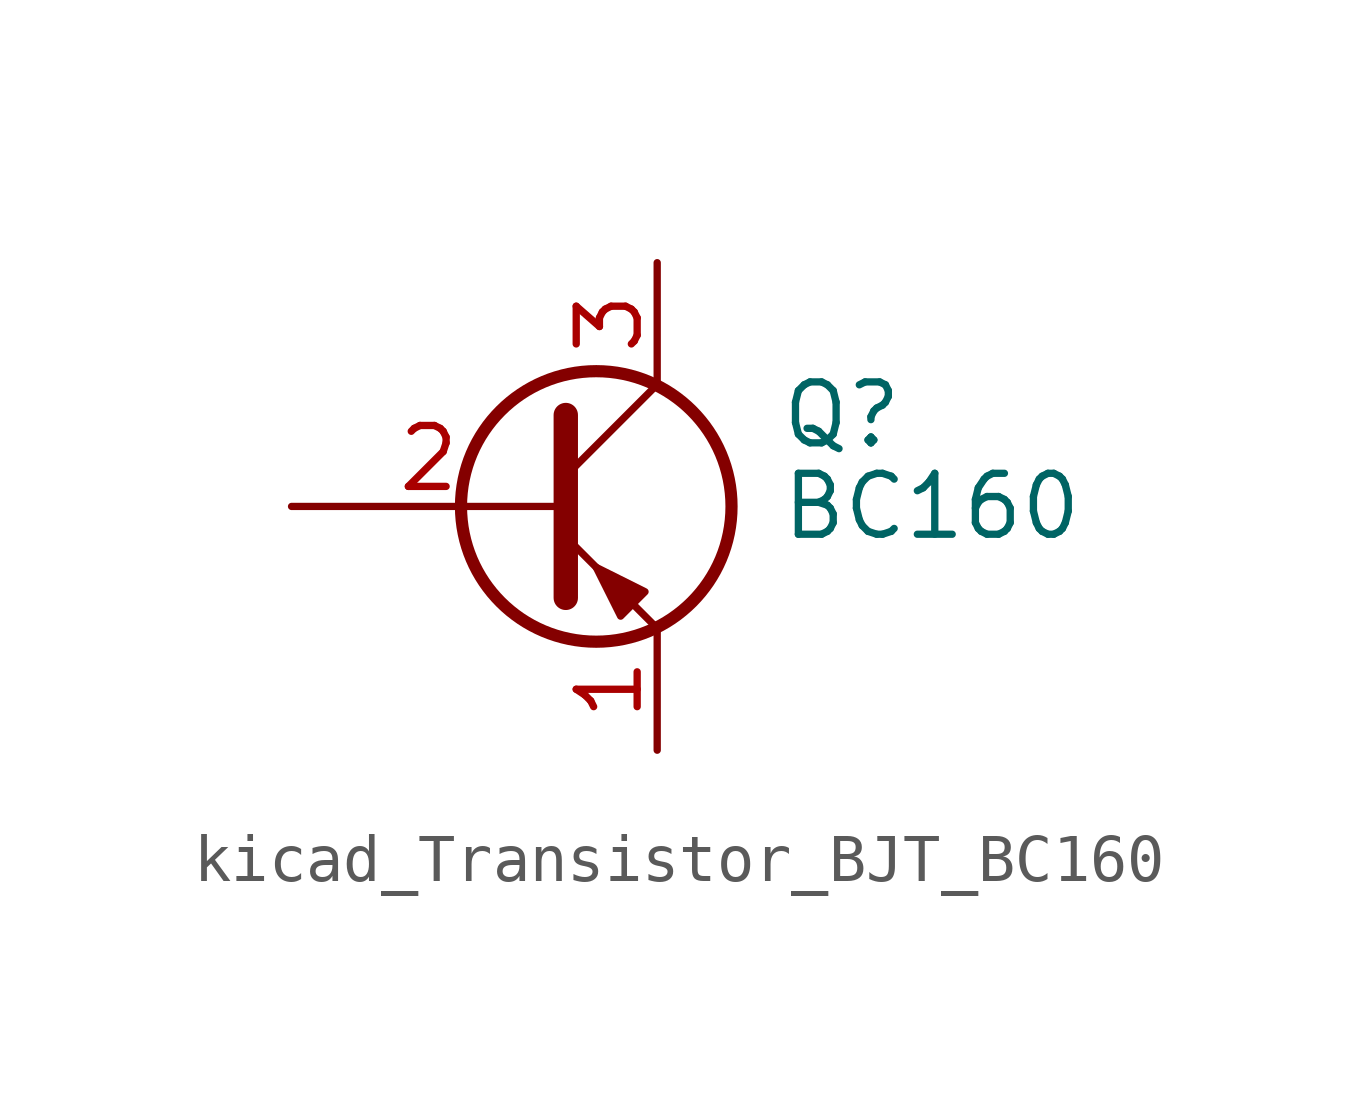
<source format=kicad_sym>
(kicad_symbol_lib
  (version 20220914)
  (generator kicad_symbol_editor)
  (symbol "kicad_Transistor_BJT_BC160"
    (pin_names
      (offset 0) hide)
    (property "Reference" "Q"
      (at 5.08 1.905 0)
      (effects (font (size 1.27 1.27)) (justify left)))
    (property "Value" "BC160"
      (at 5.08 0 0)
      (effects (font (size 1.27 1.27)) (justify left)))
    (symbol "kicad_Transistor_BJT_BC160_0_1"
      (polyline (pts (xy 0.635 0.635) (xy 2.54 2.54)) (stroke (width 0) (type default)) (fill (type none)))
      (polyline (pts (xy 0.635 -0.635) (xy 2.54 -2.54) (xy 2.54 -2.54)) (stroke (width 0) (type default)) (fill (type none)))
      (polyline (pts (xy 0.635 1.905) (xy 0.635 -1.905) (xy 0.635 -1.905)) (stroke (width 0.508) (type default)) (fill (type none)))
      (polyline (pts (xy 2.286 -1.778) (xy 1.778 -2.286) (xy 1.27 -1.27) (xy 2.286 -1.778) (xy 2.286 -1.778)) (stroke (width 0) (type default)) (fill (type outline)))
      (circle (center 1.27 0) (radius 2.819) (stroke (width 0.254) (type default)) (fill (type none))))
    (symbol "kicad_Transistor_BJT_BC160_1_1"
      (pin passive line (at 2.54 -5.08 90) (length 2.54) (name "E" (effects (font (size 1.27 1.27)))) (number "1" (effects (font (size 1.27 1.27)))))
      (pin input line (at -5.08 0 0) (length 5.715) (name "B" (effects (font (size 1.27 1.27)))) (number "2" (effects (font (size 1.27 1.27)))))
      (pin passive line (at 2.54 5.08 270) (length 2.54) (name "C" (effects (font (size 1.27 1.27)))) (number "3" (effects (font (size 1.27 1.27))))))))
</source>
